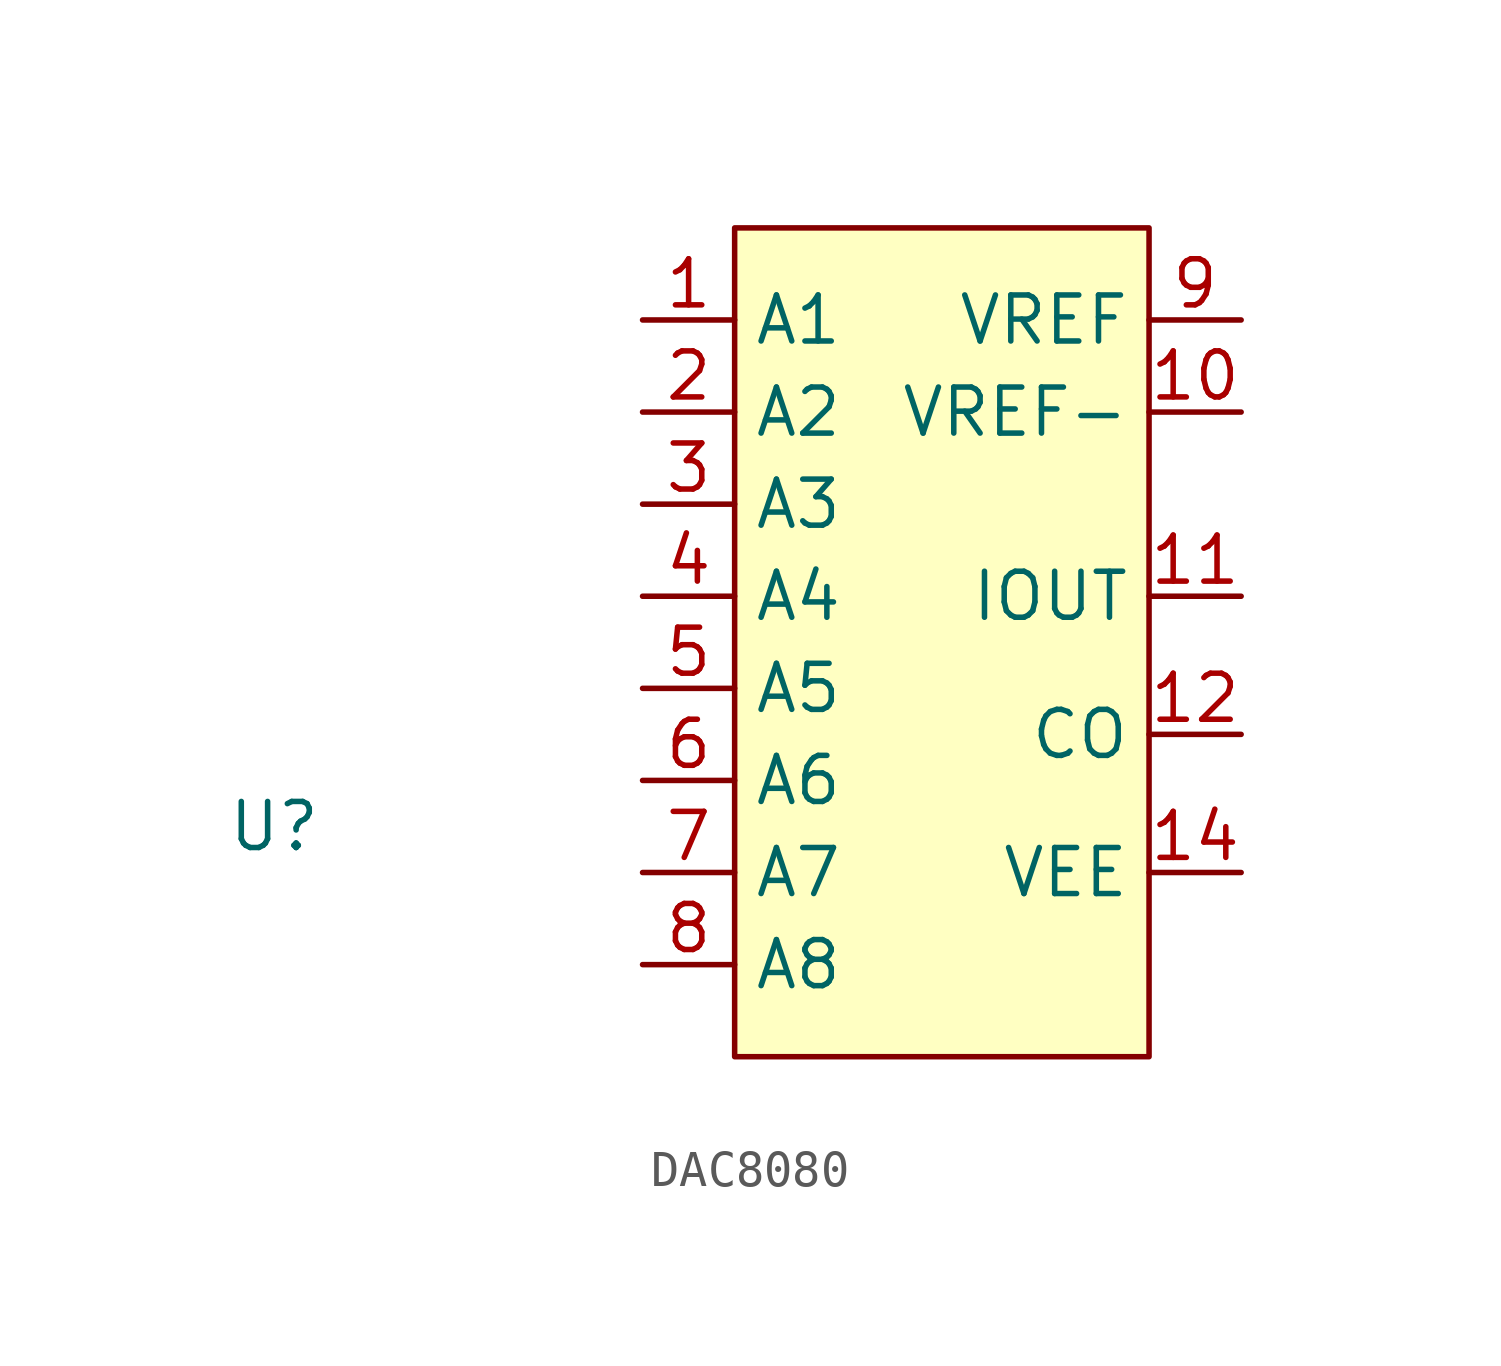
<source format=kicad_sym>
(kicad_symbol_lib
  (version 20241209)
  (generator "kicad_symbol_editor")
  (generator_version "9.0")
  (symbol "DAC8080"
    (property "Reference" "U"
      (at 0 0 0)
      (effects (font (size 1.27 1.27))))
    (property "Value" ""
      (at 0 0 0)
      (effects (font (size 1.27 1.27))))
    (symbol "DAC8080_1_1"
      (rectangle (start 12.7 16.51) (end 24.13 -6.35) (stroke (width 0) (type solid)) (fill (type background)))
      (pin input line (at 10.16 13.97 0) (length 2.54) (name "A1" (effects (font (size 1.27 1.27)))) (number "1" (effects (font (size 1.27 1.27)))))
      (pin input line (at 10.16 11.43 0) (length 2.54) (name "A2" (effects (font (size 1.27 1.27)))) (number "2" (effects (font (size 1.27 1.27)))))
      (pin input line (at 10.16 8.89 0) (length 2.54) (name "A3" (effects (font (size 1.27 1.27)))) (number "3" (effects (font (size 1.27 1.27)))))
      (pin input line (at 10.16 6.35 0) (length 2.54) (name "A4" (effects (font (size 1.27 1.27)))) (number "4" (effects (font (size 1.27 1.27)))))
      (pin input line (at 10.16 3.81 0) (length 2.54) (name "A5" (effects (font (size 1.27 1.27)))) (number "5" (effects (font (size 1.27 1.27)))))
      (pin input line (at 10.16 1.27 0) (length 2.54) (name "A6" (effects (font (size 1.27 1.27)))) (number "6" (effects (font (size 1.27 1.27)))))
      (pin input line (at 10.16 -1.27 0) (length 2.54) (name "A7" (effects (font (size 1.27 1.27)))) (number "7" (effects (font (size 1.27 1.27)))))
      (pin input line (at 10.16 -3.81 0) (length 2.54) (name "A8" (effects (font (size 1.27 1.27)))) (number "8" (effects (font (size 1.27 1.27)))))
      (pin input line (at 26.67 13.97 180) (length 2.54) (name "VREF" (effects (font (size 1.27 1.27)))) (number "9" (effects (font (size 1.27 1.27)))))
      (pin input line (at 26.67 11.43 180) (length 2.54) (name "VREF-" (effects (font (size 1.27 1.27)))) (number "10" (effects (font (size 1.27 1.27)))))
      (pin input line (at 26.67 6.35 180) (length 2.54) (name "IOUT" (effects (font (size 1.27 1.27)))) (number "11" (effects (font (size 1.27 1.27)))))
      (pin input line (at 26.67 2.54 180) (length 2.54) (name "CO" (effects (font (size 1.27 1.27)))) (number "12" (effects (font (size 1.27 1.27)))))
      (pin input line (at 26.67 -1.27 180) (length 2.54) (name "VEE" (effects (font (size 1.27 1.27)))) (number "14" (effects (font (size 1.27 1.27))))))))
</source>
